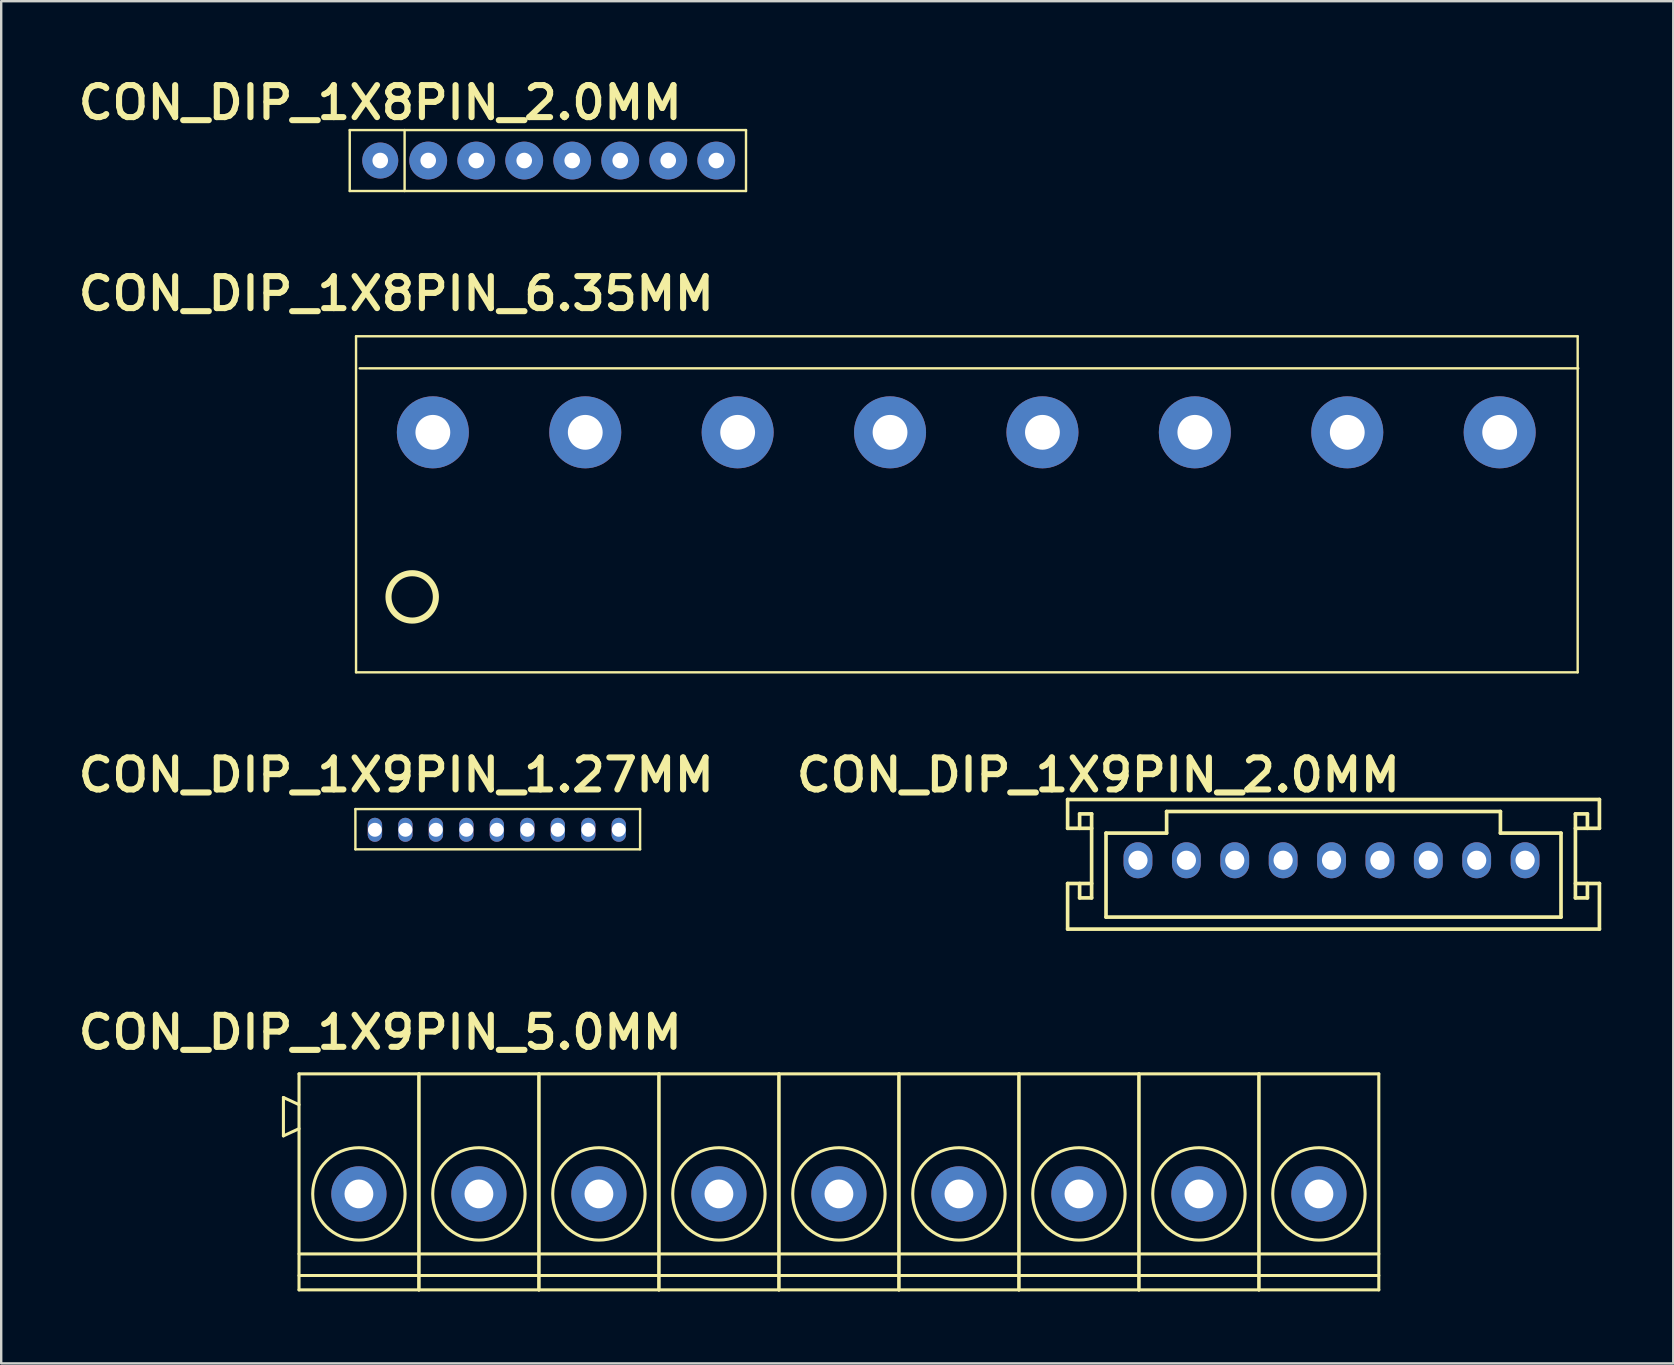
<source format=kicad_pcb>
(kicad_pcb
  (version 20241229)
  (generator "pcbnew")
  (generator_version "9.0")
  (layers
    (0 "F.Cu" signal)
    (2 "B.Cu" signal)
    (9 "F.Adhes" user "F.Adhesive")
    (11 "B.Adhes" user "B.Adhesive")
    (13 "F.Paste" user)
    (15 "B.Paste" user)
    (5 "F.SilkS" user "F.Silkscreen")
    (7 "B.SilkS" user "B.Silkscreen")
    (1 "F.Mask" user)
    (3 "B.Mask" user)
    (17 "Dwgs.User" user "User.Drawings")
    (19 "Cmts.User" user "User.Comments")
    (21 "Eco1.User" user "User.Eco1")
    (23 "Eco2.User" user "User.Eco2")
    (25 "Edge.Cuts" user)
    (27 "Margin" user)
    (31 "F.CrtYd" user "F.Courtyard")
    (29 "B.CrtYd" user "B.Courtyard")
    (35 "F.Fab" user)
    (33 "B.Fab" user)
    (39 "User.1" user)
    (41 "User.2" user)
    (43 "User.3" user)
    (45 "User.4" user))
  (footprint "CON_DIP_1X8PIN_2.0MM"
    (layer "F.Cu")
    (at 19.714 3.575)
    (property "Reference" "CON_DIP_1X8PIN_2.0MM" (at -6.921 -2.349 0) (unlocked yes) (layer "F.SilkS") (effects (font (size 1.333 1.402) (thickness 0.254))))
    (attr smd)
    (fp_line (start -8.192 -1.206) (end -8.192 1.333) (stroke (width 0.1) (type solid)) (layer "F.SilkS"))
    (fp_line (start -8.192 -1.206) (end 8.319 -1.206) (stroke (width 0.1) (type solid)) (layer "F.SilkS"))
    (fp_line (start -8.192 1.334) (end 8.319 1.333) (stroke (width 0.1) (type solid)) (layer "F.SilkS"))
    (fp_line (start -5.906 -1.207) (end -5.906 1.334) (stroke (width 0.1) (type solid)) (layer "F.SilkS"))
    (fp_line (start 8.319 1.333) (end 8.319 -1.206) (stroke (width 0.1) (type solid)) (layer "F.SilkS"))
    (pad "1" thru_hole circle (at -6.921 0.064) (size 1.5 1.5) (drill 0.65) (layers "*.Cu" "*.Mask"))
    (pad "2" thru_hole circle (at -4.922 0.063) (size 1.575 1.575) (drill 0.65) (layers "*.Cu" "*.Mask"))
    (pad "3" thru_hole circle (at -2.922 0.064) (size 1.575 1.575) (drill 0.65) (layers "*.Cu" "*.Mask"))
    (pad "4" thru_hole circle (at -0.922 0.064) (size 1.575 1.575) (drill 0.65) (layers "*.Cu" "*.Mask"))
    (pad "5" thru_hole circle (at 1.078 0.064) (size 1.575 1.575) (drill 0.65) (layers "*.Cu" "*.Mask"))
    (pad "6" thru_hole circle (at 3.078 0.064) (size 1.575 1.575) (drill 0.65) (layers "*.Cu" "*.Mask"))
    (pad "7" thru_hole circle (at 5.079 0.064) (size 1.575 1.575) (drill 0.65) (layers "*.Cu" "*.Mask"))
    (pad "8" thru_hole circle (at 7.079 0.064) (size 1.575 1.575) (drill 0.65) (layers "*.Cu" "*.Mask")))
  (footprint "CON_DIP_1X9PIN_1.27MM"
    (layer "F.Cu")
    (at 17.651 31.524)
    (property "Reference" "CON_DIP_1X9PIN_1.27MM" (at -4.191 -2.286 0) (unlocked yes) (layer "F.SilkS") (effects (font (size 1.333 1.402) (thickness 0.254))))
    (attr smd)
    (fp_line (start -5.893 -0.864) (end 5.969 -0.864) (stroke (width 0.1) (type solid)) (layer "F.SilkS"))
    (fp_line (start -5.893 0.813) (end -5.893 -0.864) (stroke (width 0.1) (type solid)) (layer "F.SilkS"))
    (fp_line (start -5.893 0.813) (end 5.969 0.813) (stroke (width 0.1) (type solid)) (layer "F.SilkS"))
    (fp_line (start 5.969 0.813) (end 5.969 -0.864) (stroke (width 0.1) (type solid)) (layer "F.SilkS"))
    (pad "1" thru_hole oval (at -5.08 0) (size 0.6 1) (drill 0.58) (layers "*.Cu" "*.Mask"))
    (pad "2" thru_hole oval (at -3.81 0) (size 0.6 1) (drill 0.58) (layers "*.Cu" "*.Mask"))
    (pad "3" thru_hole oval (at -2.54 0) (size 0.6 1) (drill 0.58) (layers "*.Cu" "*.Mask"))
    (pad "4" thru_hole oval (at -1.27 0) (size 0.6 1) (drill 0.58) (layers "*.Cu" "*.Mask"))
    (pad "5" thru_hole oval (at 0 0) (size 0.6 1) (drill 0.58) (layers "*.Cu" "*.Mask"))
    (pad "6" thru_hole oval (at 1.27 0) (size 0.6 1) (drill 0.58) (layers "*.Cu" "*.Mask"))
    (pad "7" thru_hole oval (at 2.54 0) (size 0.6 1) (drill 0.58) (layers "*.Cu" "*.Mask"))
    (pad "8" thru_hole oval (at 3.81 0) (size 0.6 1) (drill 0.58) (layers "*.Cu" "*.Mask"))
    (pad "9" thru_hole oval (at 5.08 0) (size 0.6 1) (drill 0.58) (layers "*.Cu" "*.Mask")))
  (footprint "CON_DIP_1X9PIN_5.0MM"
    (layer "F.Cu")
    (at 32.224 45.742)
    (property "Reference" "CON_DIP_1X9PIN_5.0MM" (at -19.431 -5.779 0) (unlocked yes) (layer "F.SilkS") (effects (font (size 1.333 1.402) (thickness 0.254))))
    (attr smd)
    (fp_line (start -23.465 -3.065) (end -22.815 -2.765) (stroke (width 0.127) (type solid)) (layer "F.SilkS"))
    (fp_line (start -23.465 -1.465) (end -23.465 -3.065) (stroke (width 0.127) (type solid)) (layer "F.SilkS"))
    (fp_line (start -23.465 -1.465) (end -22.815 -1.765) (stroke (width 0.127) (type solid)) (layer "F.SilkS"))
    (fp_line (start -22.815 -4.048) (end -17.825 -4.048) (stroke (width 0.127) (type solid)) (layer "F.SilkS"))
    (fp_line (start -22.815 3.453) (end -17.825 3.453) (stroke (width 0.127) (type solid)) (layer "F.SilkS"))
    (fp_line (start -22.815 4.353) (end -17.825 4.353) (stroke (width 0.127) (type solid)) (layer "F.SilkS"))
    (fp_line (start -22.815 4.952) (end -22.815 -4.048) (stroke (width 0.127) (type solid)) (layer "F.SilkS"))
    (fp_line (start -22.815 4.952) (end -17.825 4.952) (stroke (width 0.127) (type solid)) (layer "F.SilkS"))
    (fp_line (start -17.825 4.952) (end -17.825 -4.048) (stroke (width 0.127) (type solid)) (layer "F.SilkS"))
    (fp_line (start -17.815 -4.048) (end -12.825 -4.048) (stroke (width 0.127) (type solid)) (layer "F.SilkS"))
    (fp_line (start -17.815 3.453) (end -12.825 3.453) (stroke (width 0.127) (type solid)) (layer "F.SilkS"))
    (fp_line (start -17.815 4.353) (end -12.825 4.353) (stroke (width 0.127) (type solid)) (layer "F.SilkS"))
    (fp_line (start -17.815 4.952) (end -17.815 -4.048) (stroke (width 0.127) (type solid)) (layer "F.SilkS"))
    (fp_line (start -17.815 4.952) (end -12.825 4.952) (stroke (width 0.127) (type solid)) (layer "F.SilkS"))
    (fp_line (start -12.825 4.952) (end -12.825 -4.048) (stroke (width 0.127) (type solid)) (layer "F.SilkS"))
    (fp_line (start -12.815 -4.048) (end -7.825 -4.048) (stroke (width 0.127) (type solid)) (layer "F.SilkS"))
    (fp_line (start -12.815 3.453) (end -7.825 3.453) (stroke (width 0.127) (type solid)) (layer "F.SilkS"))
    (fp_line (start -12.815 4.353) (end -7.825 4.353) (stroke (width 0.127) (type solid)) (layer "F.SilkS"))
    (fp_line (start -12.815 4.952) (end -12.815 -4.048) (stroke (width 0.127) (type solid)) (layer "F.SilkS"))
    (fp_line (start -12.815 4.952) (end -7.825 4.952) (stroke (width 0.127) (type solid)) (layer "F.SilkS"))
    (fp_line (start -7.825 4.952) (end -7.825 -4.048) (stroke (width 0.127) (type solid)) (layer "F.SilkS"))
    (fp_line (start -7.815 -4.048) (end -2.825 -4.048) (stroke (width 0.127) (type solid)) (layer "F.SilkS"))
    (fp_line (start -7.815 3.453) (end -2.825 3.453) (stroke (width 0.127) (type solid)) (layer "F.SilkS"))
    (fp_line (start -7.815 4.353) (end -2.825 4.353) (stroke (width 0.127) (type solid)) (layer "F.SilkS"))
    (fp_line (start -7.815 4.952) (end -7.815 -4.048) (stroke (width 0.127) (type solid)) (layer "F.SilkS"))
    (fp_line (start -7.815 4.952) (end -2.825 4.952) (stroke (width 0.127) (type solid)) (layer "F.SilkS"))
    (fp_line (start -2.825 4.952) (end -2.825 -4.048) (stroke (width 0.127) (type solid)) (layer "F.SilkS"))
    (fp_line (start -2.815 -4.048) (end 2.175 -4.048) (stroke (width 0.127) (type solid)) (layer "F.SilkS"))
    (fp_line (start -2.815 3.453) (end 2.175 3.453) (stroke (width 0.127) (type solid)) (layer "F.SilkS"))
    (fp_line (start -2.815 4.353) (end 2.175 4.353) (stroke (width 0.127) (type solid)) (layer "F.SilkS"))
    (fp_line (start -2.815 4.952) (end -2.815 -4.048) (stroke (width 0.127) (type solid)) (layer "F.SilkS"))
    (fp_line (start -2.815 4.952) (end 2.175 4.952) (stroke (width 0.127) (type solid)) (layer "F.SilkS"))
    (fp_line (start 2.175 4.952) (end 2.175 -4.048) (stroke (width 0.127) (type solid)) (layer "F.SilkS"))
    (fp_line (start 2.185 -4.048) (end 7.175 -4.048) (stroke (width 0.127) (type solid)) (layer "F.SilkS"))
    (fp_line (start 2.185 3.453) (end 7.175 3.453) (stroke (width 0.127) (type solid)) (layer "F.SilkS"))
    (fp_line (start 2.185 4.353) (end 7.175 4.353) (stroke (width 0.127) (type solid)) (layer "F.SilkS"))
    (fp_line (start 2.185 4.952) (end 2.185 -4.048) (stroke (width 0.127) (type solid)) (layer "F.SilkS"))
    (fp_line (start 2.185 4.952) (end 7.175 4.952) (stroke (width 0.127) (type solid)) (layer "F.SilkS"))
    (fp_line (start 7.175 4.952) (end 7.175 -4.048) (stroke (width 0.127) (type solid)) (layer "F.SilkS"))
    (fp_line (start 7.185 -4.048) (end 12.175 -4.048) (stroke (width 0.127) (type solid)) (layer "F.SilkS"))
    (fp_line (start 7.185 3.453) (end 12.175 3.453) (stroke (width 0.127) (type solid)) (layer "F.SilkS"))
    (fp_line (start 7.185 4.353) (end 12.175 4.353) (stroke (width 0.127) (type solid)) (layer "F.SilkS"))
    (fp_line (start 7.185 4.952) (end 7.185 -4.048) (stroke (width 0.127) (type solid)) (layer "F.SilkS"))
    (fp_line (start 7.185 4.952) (end 12.175 4.952) (stroke (width 0.127) (type solid)) (layer "F.SilkS"))
    (fp_line (start 12.175 4.952) (end 12.175 -4.048) (stroke (width 0.127) (type solid)) (layer "F.SilkS"))
    (fp_line (start 12.185 -4.048) (end 17.175 -4.048) (stroke (width 0.127) (type solid)) (layer "F.SilkS"))
    (fp_line (start 12.185 3.453) (end 17.175 3.453) (stroke (width 0.127) (type solid)) (layer "F.SilkS"))
    (fp_line (start 12.185 4.353) (end 17.175 4.353) (stroke (width 0.127) (type solid)) (layer "F.SilkS"))
    (fp_line (start 12.185 4.952) (end 12.185 -4.048) (stroke (width 0.127) (type solid)) (layer "F.SilkS"))
    (fp_line (start 12.185 4.952) (end 17.175 4.952) (stroke (width 0.127) (type solid)) (layer "F.SilkS"))
    (fp_line (start 17.175 4.952) (end 17.175 -4.048) (stroke (width 0.127) (type solid)) (layer "F.SilkS"))
    (fp_line (start 17.185 -4.048) (end 22.175 -4.048) (stroke (width 0.127) (type solid)) (layer "F.SilkS"))
    (fp_line (start 17.185 3.453) (end 22.175 3.453) (stroke (width 0.127) (type solid)) (layer "F.SilkS"))
    (fp_line (start 17.185 4.353) (end 22.175 4.353) (stroke (width 0.127) (type solid)) (layer "F.SilkS"))
    (fp_line (start 17.185 4.952) (end 17.185 -4.048) (stroke (width 0.127) (type solid)) (layer "F.SilkS"))
    (fp_line (start 17.185 4.952) (end 22.175 4.952) (stroke (width 0.127) (type solid)) (layer "F.SilkS"))
    (fp_line (start 22.175 4.952) (end 22.175 -4.048) (stroke (width 0.127) (type solid)) (layer "F.SilkS"))
    (fp_circle (center -20.32 0.953) (end -18.395 0.953) (stroke (width 0.127) (type solid)) (fill no) (layer "F.SilkS"))
    (fp_circle (center -15.32 0.953) (end -13.395 0.953) (stroke (width 0.127) (type solid)) (fill no) (layer "F.SilkS"))
    (fp_circle (center -10.32 0.953) (end -8.395 0.953) (stroke (width 0.127) (type solid)) (fill no) (layer "F.SilkS"))
    (fp_circle (center -5.32 0.953) (end -3.395 0.953) (stroke (width 0.127) (type solid)) (fill no) (layer "F.SilkS"))
    (fp_circle (center -0.32 0.953) (end 1.605 0.953) (stroke (width 0.127) (type solid)) (fill no) (layer "F.SilkS"))
    (fp_circle (center 4.68 0.953) (end 6.605 0.953) (stroke (width 0.127) (type solid)) (fill no) (layer "F.SilkS"))
    (fp_circle (center 9.68 0.953) (end 11.605 0.953) (stroke (width 0.127) (type solid)) (fill no) (layer "F.SilkS"))
    (fp_circle (center 14.68 0.953) (end 16.605 0.953) (stroke (width 0.127) (type solid)) (fill no) (layer "F.SilkS"))
    (fp_circle (center 19.68 0.953) (end 21.605 0.953) (stroke (width 0.127) (type solid)) (fill no) (layer "F.SilkS"))
    (pad "1" thru_hole circle (at -20.32 0.953 90) (size 2.3 2.3) (drill 1.2) (layers "*.Cu" "*.Mask"))
    (pad "2" thru_hole circle (at -15.32 0.953 90) (size 2.3 2.3) (drill 1.2) (layers "*.Cu" "*.Mask"))
    (pad "3" thru_hole circle (at -10.32 0.953 90) (size 2.3 2.3) (drill 1.2) (layers "*.Cu" "*.Mask"))
    (pad "4" thru_hole circle (at -5.32 0.953 90) (size 2.3 2.3) (drill 1.2) (layers "*.Cu" "*.Mask"))
    (pad "5" thru_hole circle (at -0.32 0.953 90) (size 2.3 2.3) (drill 1.2) (layers "*.Cu" "*.Mask"))
    (pad "6" thru_hole circle (at 4.68 0.953 90) (size 2.3 2.3) (drill 1.2) (layers "*.Cu" "*.Mask"))
    (pad "7" thru_hole circle (at 9.68 0.953 90) (size 2.3 2.3) (drill 1.2) (layers "*.Cu" "*.Mask"))
    (pad "8" thru_hole circle (at 14.68 0.953 90) (size 2.3 2.3) (drill 1.2) (layers "*.Cu" "*.Mask"))
    (pad "9" thru_hole circle (at 19.68 0.953 90) (size 2.3 2.3) (drill 1.2) (layers "*.Cu" "*.Mask")))
  (footprint "CON_DIP_1X9PIN_2.0MM"
    (layer "F.Cu")
    (at 52.429 32.794)
    (property "Reference" "CON_DIP_1X9PIN_2.0MM" (at -9.716 -3.556 0) (unlocked yes) (layer "F.SilkS") (effects (font (size 1.333 1.402) (thickness 0.254))))
    (attr smd)
    (fp_line (start -10.996 -2.532) (end 11.162 -2.532) (stroke (width 0.152) (type solid)) (layer "F.SilkS"))
    (fp_line (start -10.996 -1.332) (end -10.996 -2.532) (stroke (width 0.152) (type solid)) (layer "F.SilkS"))
    (fp_line (start -10.996 -1.332) (end -9.996 -1.332) (stroke (width 0.152) (type solid)) (layer "F.SilkS"))
    (fp_line (start -10.996 0.968) (end -9.996 0.968) (stroke (width 0.152) (type solid)) (layer "F.SilkS"))
    (fp_line (start -10.996 2.868) (end -10.996 0.968) (stroke (width 0.152) (type solid)) (layer "F.SilkS"))
    (fp_line (start -10.996 2.868) (end 11.162 2.868) (stroke (width 0.152) (type solid)) (layer "F.SilkS"))
    (fp_line (start -10.496 -1.932) (end -9.996 -1.932) (stroke (width 0.152) (type solid)) (layer "F.SilkS"))
    (fp_line (start -10.496 -1.332) (end -10.496 -1.932) (stroke (width 0.152) (type solid)) (layer "F.SilkS"))
    (fp_line (start -10.496 1.568) (end -10.496 0.968) (stroke (width 0.152) (type solid)) (layer "F.SilkS"))
    (fp_line (start -10.496 1.568) (end -9.996 1.568) (stroke (width 0.152) (type solid)) (layer "F.SilkS"))
    (fp_line (start -9.996 1.568) (end -9.996 -1.932) (stroke (width 0.152) (type solid)) (layer "F.SilkS"))
    (fp_line (start -9.396 -1.132) (end -6.871 -1.132) (stroke (width 0.152) (type solid)) (layer "F.SilkS"))
    (fp_line (start -9.396 2.368) (end -9.396 -1.132) (stroke (width 0.152) (type solid)) (layer "F.SilkS"))
    (fp_line (start -9.396 2.368) (end 9.562 2.368) (stroke (width 0.152) (type solid)) (layer "F.SilkS"))
    (fp_line (start -6.871 -2.032) (end 7.037 -2.032) (stroke (width 0.152) (type solid)) (layer "F.SilkS"))
    (fp_line (start -6.871 -1.132) (end -6.871 -2.032) (stroke (width 0.152) (type solid)) (layer "F.SilkS"))
    (fp_line (start 7.037 -1.132) (end 7.037 -2.032) (stroke (width 0.152) (type solid)) (layer "F.SilkS"))
    (fp_line (start 7.037 -1.132) (end 9.562 -1.132) (stroke (width 0.152) (type solid)) (layer "F.SilkS"))
    (fp_line (start 9.562 2.368) (end 9.562 -1.132) (stroke (width 0.152) (type solid)) (layer "F.SilkS"))
    (fp_line (start 10.162 -1.932) (end 10.662 -1.932) (stroke (width 0.152) (type solid)) (layer "F.SilkS"))
    (fp_line (start 10.162 -1.332) (end 11.162 -1.332) (stroke (width 0.152) (type solid)) (layer "F.SilkS"))
    (fp_line (start 10.162 0.968) (end 11.162 0.968) (stroke (width 0.152) (type solid)) (layer "F.SilkS"))
    (fp_line (start 10.162 1.568) (end 10.162 -1.932) (stroke (width 0.152) (type solid)) (layer "F.SilkS"))
    (fp_line (start 10.162 1.568) (end 10.662 1.568) (stroke (width 0.152) (type solid)) (layer "F.SilkS"))
    (fp_line (start 10.662 -1.332) (end 10.662 -1.932) (stroke (width 0.152) (type solid)) (layer "F.SilkS"))
    (fp_line (start 10.662 1.568) (end 10.662 0.968) (stroke (width 0.152) (type solid)) (layer "F.SilkS"))
    (fp_line (start 11.162 -1.332) (end 11.162 -2.532) (stroke (width 0.152) (type solid)) (layer "F.SilkS"))
    (fp_line (start 11.162 2.868) (end 11.162 0.968) (stroke (width 0.152) (type solid)) (layer "F.SilkS"))
    (pad "1" thru_hole oval (at -8.065 0) (size 1.2 1.5) (drill 0.8) (layers "*.Cu" "*.Mask"))
    (pad "2" thru_hole oval (at -6.048 0) (size 1.2 1.5) (drill 0.8) (layers "*.Cu" "*.Mask"))
    (pad "3" thru_hole oval (at -4.032 0) (size 1.2 1.5) (drill 0.8) (layers "*.Cu" "*.Mask"))
    (pad "4" thru_hole oval (at -2.016 0) (size 1.2 1.5) (drill 0.8) (layers "*.Cu" "*.Mask"))
    (pad "5" thru_hole oval (at 0 0) (size 1.2 1.5) (drill 0.8) (layers "*.Cu" "*.Mask"))
    (pad "6" thru_hole oval (at 2.016 0) (size 1.2 1.5) (drill 0.8) (layers "*.Cu" "*.Mask"))
    (pad "7" thru_hole oval (at 4.032 0) (size 1.2 1.5) (drill 0.8) (layers "*.Cu" "*.Mask"))
    (pad "8" thru_hole oval (at 6.048 0) (size 1.2 1.5) (drill 0.8) (layers "*.Cu" "*.Mask"))
    (pad "9" thru_hole oval (at 8.065 0) (size 1.2 1.5) (drill 0.8) (layers "*.Cu" "*.Mask")))
  (footprint "CON_DIP_1X8PIN_6.35MM"
    (layer "F.Cu")
    (at 37.273 14.899)
    (property "Reference" "CON_DIP_1X8PIN_6.35MM" (at -23.812 -5.715 0) (unlocked yes) (layer "F.SilkS") (effects (font (size 1.333 1.402) (thickness 0.254))))
    (attr smd)
    (fp_line (start -25.488 -3.937) (end 25.412 -3.937) (stroke (width 0.1) (type solid)) (layer "F.SilkS"))
    (fp_line (start -25.488 10.063) (end -25.488 -3.937) (stroke (width 0.1) (type solid)) (layer "F.SilkS"))
    (fp_line (start -25.488 10.063) (end 25.412 10.063) (stroke (width 0.1) (type solid)) (layer "F.SilkS"))
    (fp_line (start -25.337 -2.603) (end 25.436 -2.603) (stroke (width 0.1) (type solid)) (layer "F.SilkS"))
    (fp_line (start 25.412 10.063) (end 25.412 -3.937) (stroke (width 0.1) (type solid)) (layer "F.SilkS"))
    (fp_circle (center -23.149 6.921) (end -22.162 6.921) (stroke (width 0.254) (type solid)) (fill no) (layer "F.SilkS"))
    (pad "1" thru_hole circle (at -22.288 0.064) (size 3 3) (drill 1.45) (layers "*.Cu" "*.Mask"))
    (pad "2" thru_hole circle (at -15.938 0.064) (size 3 3) (drill 1.45) (layers "*.Cu" "*.Mask"))
    (pad "3" thru_hole circle (at -9.588 0.064) (size 3 3) (drill 1.45) (layers "*.Cu" "*.Mask"))
    (pad "4" thru_hole circle (at -3.239 0.064) (size 3 3) (drill 1.45) (layers "*.Cu" "*.Mask"))
    (pad "5" thru_hole circle (at 3.111 0.064) (size 3 3) (drill 1.45) (layers "*.Cu" "*.Mask"))
    (pad "6" thru_hole circle (at 9.461 0.064) (size 3 3) (drill 1.45) (layers "*.Cu" "*.Mask"))
    (pad "7" thru_hole circle (at 15.812 0.064) (size 3 3) (drill 1.45) (layers "*.Cu" "*.Mask"))
    (pad "8" thru_hole circle (at 22.162 0.064) (size 3 3) (drill 1.45) (layers "*.Cu" "*.Mask")))
  (gr_rect
    (start -3 -3)
    (end 66.667 53.758)
    (stroke (width 0.1) (type default))
    (fill no)
    (layer "Edge.Cuts")))
</source>
